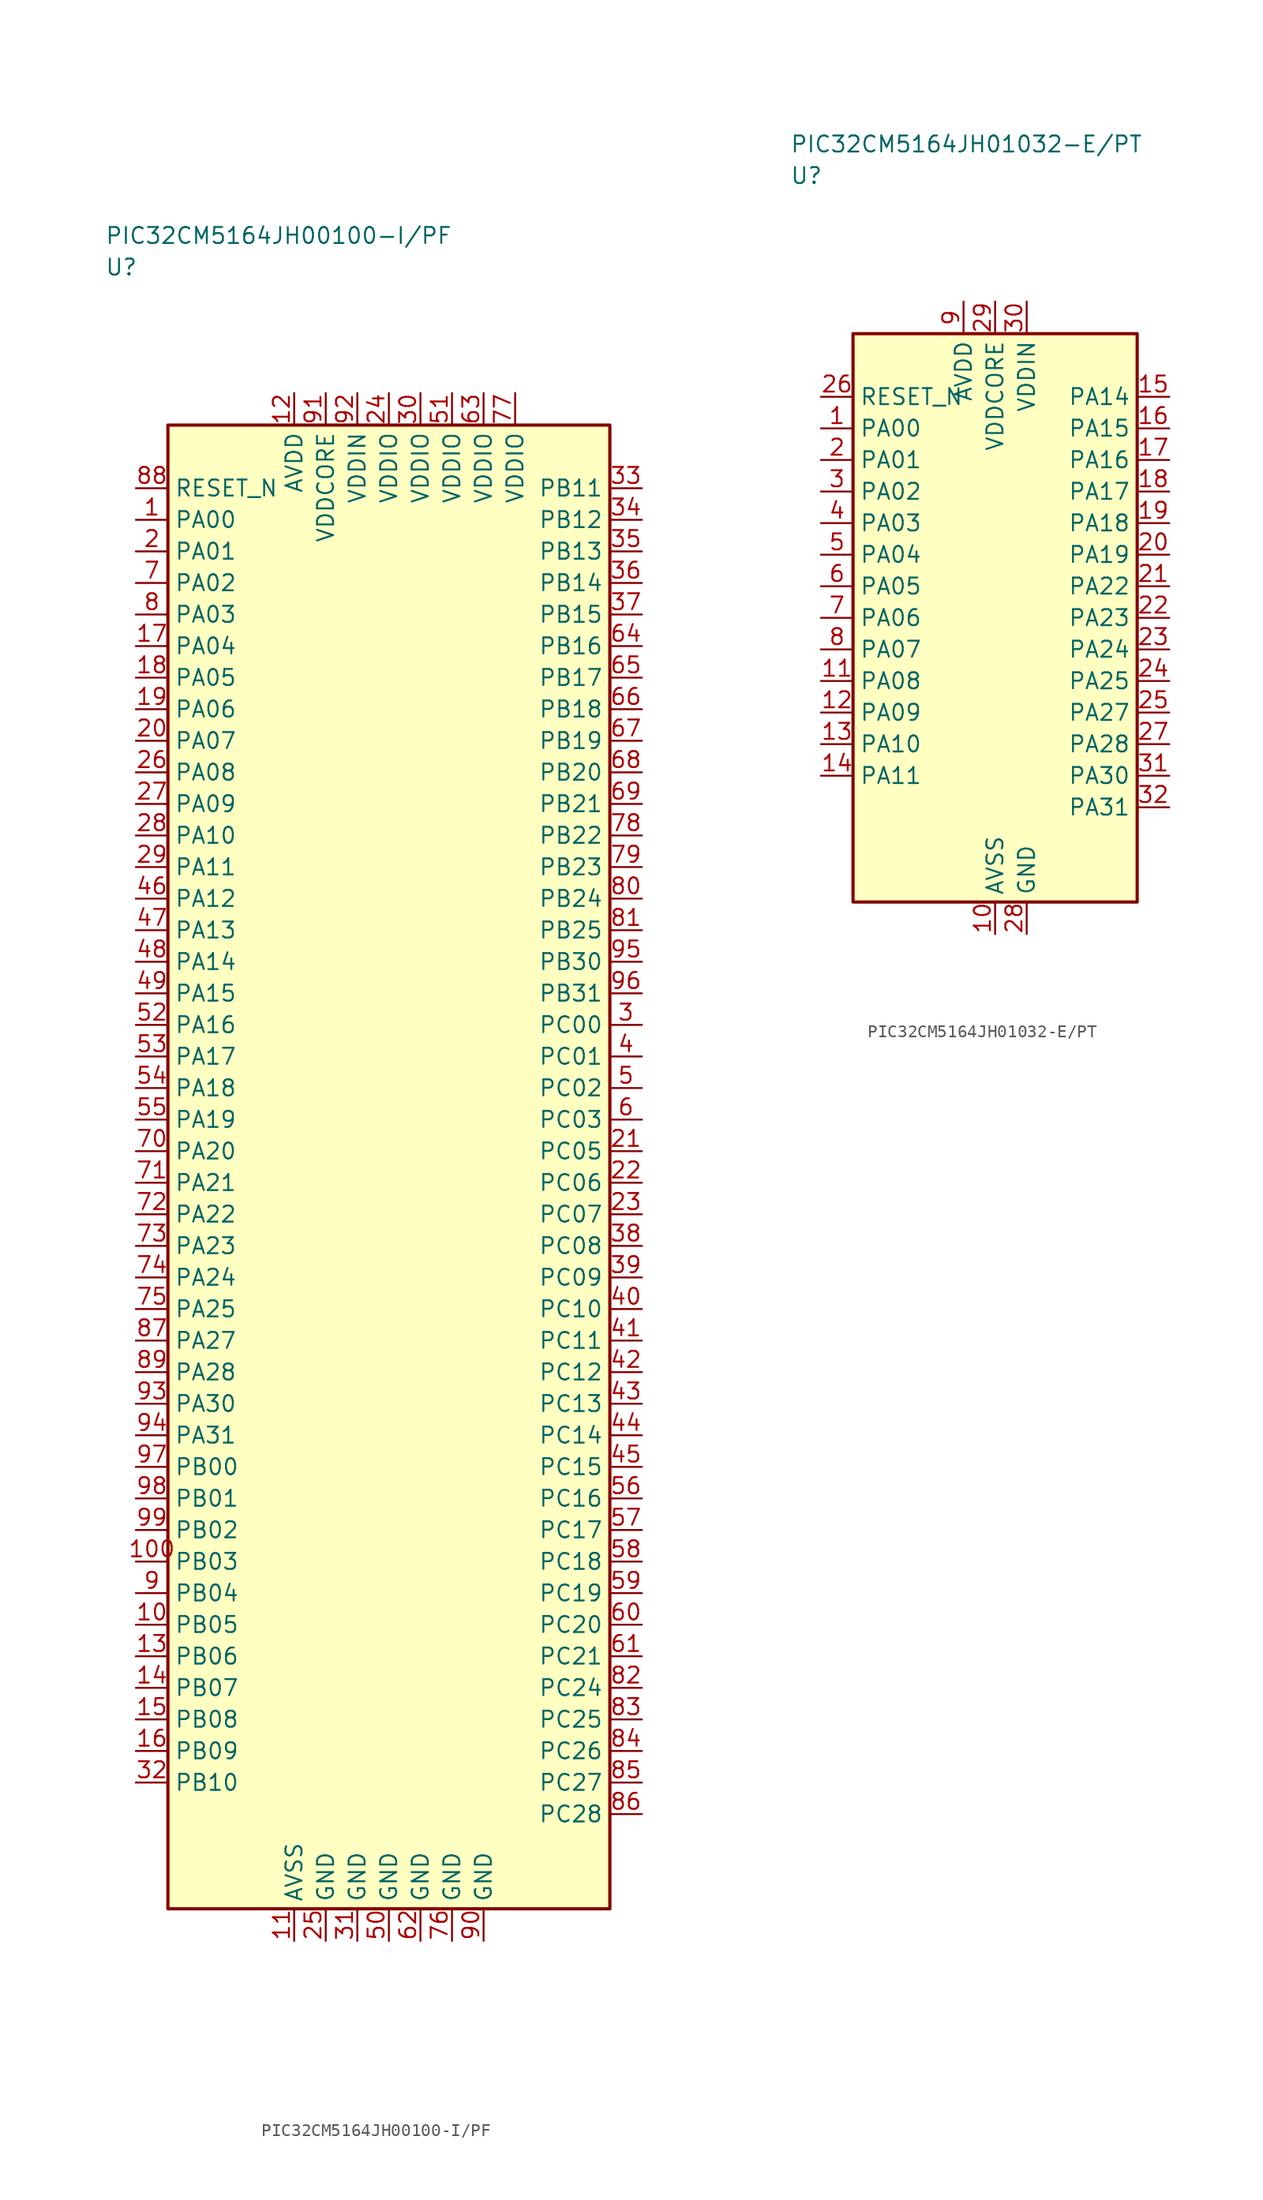
<source format=kicad_sym>
(kicad_symbol_lib
  (version 20241025)
  (generator "kicad_symbol_editor")
  (generator_version "8.0")
  (symbol "PIC32CM5164JH00100-I/PF"
    (property "Reference" "U"
      (at -22.5 71.25 0)
      (effects (font (size 1.27 1.27)) (justify left)))
    (property "Value" "PIC32CM5164JH00100-I/PF"
      (at -22.5 73.75 0)
      (effects (font (size 1.27 1.27)) (justify left)))
    (symbol "PIC32CM5164JH00100-I/PF_0_1"
      (rectangle (start -17.5 58.75) (end 17.5 -58.75) (stroke (width 0.254) (type default)) (fill (type background))))
    (symbol "PIC32CM5164JH00100-I/PF_1_1"
      (pin bidirectional line (at -20.04 51.25 0.0) (length 2.54) (name "PA00" (effects (font (size 1.27 1.27)))) (number "1" (effects (font (size 1.27 1.27)))))
      (pin bidirectional line (at -20.04 48.75 0.0) (length 2.54) (name "PA01" (effects (font (size 1.27 1.27)))) (number "2" (effects (font (size 1.27 1.27)))))
      (pin bidirectional line (at 20.04 11.25 180.0) (length 2.54) (name "PC00" (effects (font (size 1.27 1.27)))) (number "3" (effects (font (size 1.27 1.27)))))
      (pin bidirectional line (at 20.04 8.75 180.0) (length 2.54) (name "PC01" (effects (font (size 1.27 1.27)))) (number "4" (effects (font (size 1.27 1.27)))))
      (pin bidirectional line (at 20.04 6.25 180.0) (length 2.54) (name "PC02" (effects (font (size 1.27 1.27)))) (number "5" (effects (font (size 1.27 1.27)))))
      (pin bidirectional line (at 20.04 3.75 180.0) (length 2.54) (name "PC03" (effects (font (size 1.27 1.27)))) (number "6" (effects (font (size 1.27 1.27)))))
      (pin bidirectional line (at -20.04 46.25 0.0) (length 2.54) (name "PA02" (effects (font (size 1.27 1.27)))) (number "7" (effects (font (size 1.27 1.27)))))
      (pin bidirectional line (at -20.04 43.75 0.0) (length 2.54) (name "PA03" (effects (font (size 1.27 1.27)))) (number "8" (effects (font (size 1.27 1.27)))))
      (pin bidirectional line (at -20.04 -33.75 0.0) (length 2.54) (name "PB04" (effects (font (size 1.27 1.27)))) (number "9" (effects (font (size 1.27 1.27)))))
      (pin bidirectional line (at -20.04 -36.25 0.0) (length 2.54) (name "PB05" (effects (font (size 1.27 1.27)))) (number "10" (effects (font (size 1.27 1.27)))))
      (pin passive line (at -7.5 -61.29 90.0) (length 2.54) (name "AVSS" (effects (font (size 1.27 1.27)))) (number "11" (effects (font (size 1.27 1.27)))))
      (pin power_in line (at -7.5 61.29 270.0) (length 2.54) (name "AVDD" (effects (font (size 1.27 1.27)))) (number "12" (effects (font (size 1.27 1.27)))))
      (pin bidirectional line (at -20.04 -38.75 0.0) (length 2.54) (name "PB06" (effects (font (size 1.27 1.27)))) (number "13" (effects (font (size 1.27 1.27)))))
      (pin bidirectional line (at -20.04 -41.25 0.0) (length 2.54) (name "PB07" (effects (font (size 1.27 1.27)))) (number "14" (effects (font (size 1.27 1.27)))))
      (pin bidirectional line (at -20.04 -43.75 0.0) (length 2.54) (name "PB08" (effects (font (size 1.27 1.27)))) (number "15" (effects (font (size 1.27 1.27)))))
      (pin bidirectional line (at -20.04 -46.25 0.0) (length 2.54) (name "PB09" (effects (font (size 1.27 1.27)))) (number "16" (effects (font (size 1.27 1.27)))))
      (pin bidirectional line (at -20.04 41.25 0.0) (length 2.54) (name "PA04" (effects (font (size 1.27 1.27)))) (number "17" (effects (font (size 1.27 1.27)))))
      (pin bidirectional line (at -20.04 38.75 0.0) (length 2.54) (name "PA05" (effects (font (size 1.27 1.27)))) (number "18" (effects (font (size 1.27 1.27)))))
      (pin bidirectional line (at -20.04 36.25 0.0) (length 2.54) (name "PA06" (effects (font (size 1.27 1.27)))) (number "19" (effects (font (size 1.27 1.27)))))
      (pin bidirectional line (at -20.04 33.75 0.0) (length 2.54) (name "PA07" (effects (font (size 1.27 1.27)))) (number "20" (effects (font (size 1.27 1.27)))))
      (pin bidirectional line (at 20.04 1.25 180.0) (length 2.54) (name "PC05" (effects (font (size 1.27 1.27)))) (number "21" (effects (font (size 1.27 1.27)))))
      (pin bidirectional line (at 20.04 -1.25 180.0) (length 2.54) (name "PC06" (effects (font (size 1.27 1.27)))) (number "22" (effects (font (size 1.27 1.27)))))
      (pin bidirectional line (at 20.04 -3.75 180.0) (length 2.54) (name "PC07" (effects (font (size 1.27 1.27)))) (number "23" (effects (font (size 1.27 1.27)))))
      (pin power_in line (at 0.0 61.29 270.0) (length 2.54) (name "VDDIO" (effects (font (size 1.27 1.27)))) (number "24" (effects (font (size 1.27 1.27)))))
      (pin passive line (at -5.0 -61.29 90.0) (length 2.54) (name "GND" (effects (font (size 1.27 1.27)))) (number "25" (effects (font (size 1.27 1.27)))))
      (pin bidirectional line (at -20.04 31.25 0.0) (length 2.54) (name "PA08" (effects (font (size 1.27 1.27)))) (number "26" (effects (font (size 1.27 1.27)))))
      (pin bidirectional line (at -20.04 28.75 0.0) (length 2.54) (name "PA09" (effects (font (size 1.27 1.27)))) (number "27" (effects (font (size 1.27 1.27)))))
      (pin bidirectional line (at -20.04 26.25 0.0) (length 2.54) (name "PA10" (effects (font (size 1.27 1.27)))) (number "28" (effects (font (size 1.27 1.27)))))
      (pin bidirectional line (at -20.04 23.75 0.0) (length 2.54) (name "PA11" (effects (font (size 1.27 1.27)))) (number "29" (effects (font (size 1.27 1.27)))))
      (pin power_in line (at 2.5 61.29 270.0) (length 2.54) (name "VDDIO" (effects (font (size 1.27 1.27)))) (number "30" (effects (font (size 1.27 1.27)))))
      (pin passive line (at -2.5 -61.29 90.0) (length 2.54) (name "GND" (effects (font (size 1.27 1.27)))) (number "31" (effects (font (size 1.27 1.27)))))
      (pin bidirectional line (at -20.04 -48.75 0.0) (length 2.54) (name "PB10" (effects (font (size 1.27 1.27)))) (number "32" (effects (font (size 1.27 1.27)))))
      (pin bidirectional line (at 20.04 53.75 180.0) (length 2.54) (name "PB11" (effects (font (size 1.27 1.27)))) (number "33" (effects (font (size 1.27 1.27)))))
      (pin bidirectional line (at 20.04 51.25 180.0) (length 2.54) (name "PB12" (effects (font (size 1.27 1.27)))) (number "34" (effects (font (size 1.27 1.27)))))
      (pin bidirectional line (at 20.04 48.75 180.0) (length 2.54) (name "PB13" (effects (font (size 1.27 1.27)))) (number "35" (effects (font (size 1.27 1.27)))))
      (pin bidirectional line (at 20.04 46.25 180.0) (length 2.54) (name "PB14" (effects (font (size 1.27 1.27)))) (number "36" (effects (font (size 1.27 1.27)))))
      (pin bidirectional line (at 20.04 43.75 180.0) (length 2.54) (name "PB15" (effects (font (size 1.27 1.27)))) (number "37" (effects (font (size 1.27 1.27)))))
      (pin bidirectional line (at 20.04 -6.25 180.0) (length 2.54) (name "PC08" (effects (font (size 1.27 1.27)))) (number "38" (effects (font (size 1.27 1.27)))))
      (pin bidirectional line (at 20.04 -8.75 180.0) (length 2.54) (name "PC09" (effects (font (size 1.27 1.27)))) (number "39" (effects (font (size 1.27 1.27)))))
      (pin bidirectional line (at 20.04 -11.25 180.0) (length 2.54) (name "PC10" (effects (font (size 1.27 1.27)))) (number "40" (effects (font (size 1.27 1.27)))))
      (pin bidirectional line (at 20.04 -13.75 180.0) (length 2.54) (name "PC11" (effects (font (size 1.27 1.27)))) (number "41" (effects (font (size 1.27 1.27)))))
      (pin bidirectional line (at 20.04 -16.25 180.0) (length 2.54) (name "PC12" (effects (font (size 1.27 1.27)))) (number "42" (effects (font (size 1.27 1.27)))))
      (pin bidirectional line (at 20.04 -18.75 180.0) (length 2.54) (name "PC13" (effects (font (size 1.27 1.27)))) (number "43" (effects (font (size 1.27 1.27)))))
      (pin bidirectional line (at 20.04 -21.25 180.0) (length 2.54) (name "PC14" (effects (font (size 1.27 1.27)))) (number "44" (effects (font (size 1.27 1.27)))))
      (pin bidirectional line (at 20.04 -23.75 180.0) (length 2.54) (name "PC15" (effects (font (size 1.27 1.27)))) (number "45" (effects (font (size 1.27 1.27)))))
      (pin bidirectional line (at -20.04 21.25 0.0) (length 2.54) (name "PA12" (effects (font (size 1.27 1.27)))) (number "46" (effects (font (size 1.27 1.27)))))
      (pin bidirectional line (at -20.04 18.75 0.0) (length 2.54) (name "PA13" (effects (font (size 1.27 1.27)))) (number "47" (effects (font (size 1.27 1.27)))))
      (pin bidirectional line (at -20.04 16.25 0.0) (length 2.54) (name "PA14" (effects (font (size 1.27 1.27)))) (number "48" (effects (font (size 1.27 1.27)))))
      (pin bidirectional line (at -20.04 13.75 0.0) (length 2.54) (name "PA15" (effects (font (size 1.27 1.27)))) (number "49" (effects (font (size 1.27 1.27)))))
      (pin passive line (at 0.0 -61.29 90.0) (length 2.54) (name "GND" (effects (font (size 1.27 1.27)))) (number "50" (effects (font (size 1.27 1.27)))))
      (pin power_in line (at 5.0 61.29 270.0) (length 2.54) (name "VDDIO" (effects (font (size 1.27 1.27)))) (number "51" (effects (font (size 1.27 1.27)))))
      (pin bidirectional line (at -20.04 11.25 0.0) (length 2.54) (name "PA16" (effects (font (size 1.27 1.27)))) (number "52" (effects (font (size 1.27 1.27)))))
      (pin bidirectional line (at -20.04 8.75 0.0) (length 2.54) (name "PA17" (effects (font (size 1.27 1.27)))) (number "53" (effects (font (size 1.27 1.27)))))
      (pin bidirectional line (at -20.04 6.25 0.0) (length 2.54) (name "PA18" (effects (font (size 1.27 1.27)))) (number "54" (effects (font (size 1.27 1.27)))))
      (pin bidirectional line (at -20.04 3.75 0.0) (length 2.54) (name "PA19" (effects (font (size 1.27 1.27)))) (number "55" (effects (font (size 1.27 1.27)))))
      (pin bidirectional line (at 20.04 -26.25 180.0) (length 2.54) (name "PC16" (effects (font (size 1.27 1.27)))) (number "56" (effects (font (size 1.27 1.27)))))
      (pin bidirectional line (at 20.04 -28.75 180.0) (length 2.54) (name "PC17" (effects (font (size 1.27 1.27)))) (number "57" (effects (font (size 1.27 1.27)))))
      (pin bidirectional line (at 20.04 -31.25 180.0) (length 2.54) (name "PC18" (effects (font (size 1.27 1.27)))) (number "58" (effects (font (size 1.27 1.27)))))
      (pin bidirectional line (at 20.04 -33.75 180.0) (length 2.54) (name "PC19" (effects (font (size 1.27 1.27)))) (number "59" (effects (font (size 1.27 1.27)))))
      (pin bidirectional line (at 20.04 -36.25 180.0) (length 2.54) (name "PC20" (effects (font (size 1.27 1.27)))) (number "60" (effects (font (size 1.27 1.27)))))
      (pin bidirectional line (at 20.04 -38.75 180.0) (length 2.54) (name "PC21" (effects (font (size 1.27 1.27)))) (number "61" (effects (font (size 1.27 1.27)))))
      (pin passive line (at 2.5 -61.29 90.0) (length 2.54) (name "GND" (effects (font (size 1.27 1.27)))) (number "62" (effects (font (size 1.27 1.27)))))
      (pin power_in line (at 7.5 61.29 270.0) (length 2.54) (name "VDDIO" (effects (font (size 1.27 1.27)))) (number "63" (effects (font (size 1.27 1.27)))))
      (pin bidirectional line (at 20.04 41.25 180.0) (length 2.54) (name "PB16" (effects (font (size 1.27 1.27)))) (number "64" (effects (font (size 1.27 1.27)))))
      (pin bidirectional line (at 20.04 38.75 180.0) (length 2.54) (name "PB17" (effects (font (size 1.27 1.27)))) (number "65" (effects (font (size 1.27 1.27)))))
      (pin bidirectional line (at 20.04 36.25 180.0) (length 2.54) (name "PB18" (effects (font (size 1.27 1.27)))) (number "66" (effects (font (size 1.27 1.27)))))
      (pin bidirectional line (at 20.04 33.75 180.0) (length 2.54) (name "PB19" (effects (font (size 1.27 1.27)))) (number "67" (effects (font (size 1.27 1.27)))))
      (pin bidirectional line (at 20.04 31.25 180.0) (length 2.54) (name "PB20" (effects (font (size 1.27 1.27)))) (number "68" (effects (font (size 1.27 1.27)))))
      (pin bidirectional line (at 20.04 28.75 180.0) (length 2.54) (name "PB21" (effects (font (size 1.27 1.27)))) (number "69" (effects (font (size 1.27 1.27)))))
      (pin bidirectional line (at -20.04 1.25 0.0) (length 2.54) (name "PA20" (effects (font (size 1.27 1.27)))) (number "70" (effects (font (size 1.27 1.27)))))
      (pin bidirectional line (at -20.04 -1.25 0.0) (length 2.54) (name "PA21" (effects (font (size 1.27 1.27)))) (number "71" (effects (font (size 1.27 1.27)))))
      (pin bidirectional line (at -20.04 -3.75 0.0) (length 2.54) (name "PA22" (effects (font (size 1.27 1.27)))) (number "72" (effects (font (size 1.27 1.27)))))
      (pin bidirectional line (at -20.04 -6.25 0.0) (length 2.54) (name "PA23" (effects (font (size 1.27 1.27)))) (number "73" (effects (font (size 1.27 1.27)))))
      (pin bidirectional line (at -20.04 -8.75 0.0) (length 2.54) (name "PA24" (effects (font (size 1.27 1.27)))) (number "74" (effects (font (size 1.27 1.27)))))
      (pin bidirectional line (at -20.04 -11.25 0.0) (length 2.54) (name "PA25" (effects (font (size 1.27 1.27)))) (number "75" (effects (font (size 1.27 1.27)))))
      (pin passive line (at 5.0 -61.29 90.0) (length 2.54) (name "GND" (effects (font (size 1.27 1.27)))) (number "76" (effects (font (size 1.27 1.27)))))
      (pin power_in line (at 10.0 61.29 270.0) (length 2.54) (name "VDDIO" (effects (font (size 1.27 1.27)))) (number "77" (effects (font (size 1.27 1.27)))))
      (pin bidirectional line (at 20.04 26.25 180.0) (length 2.54) (name "PB22" (effects (font (size 1.27 1.27)))) (number "78" (effects (font (size 1.27 1.27)))))
      (pin bidirectional line (at 20.04 23.75 180.0) (length 2.54) (name "PB23" (effects (font (size 1.27 1.27)))) (number "79" (effects (font (size 1.27 1.27)))))
      (pin bidirectional line (at 20.04 21.25 180.0) (length 2.54) (name "PB24" (effects (font (size 1.27 1.27)))) (number "80" (effects (font (size 1.27 1.27)))))
      (pin bidirectional line (at 20.04 18.75 180.0) (length 2.54) (name "PB25" (effects (font (size 1.27 1.27)))) (number "81" (effects (font (size 1.27 1.27)))))
      (pin bidirectional line (at 20.04 -41.25 180.0) (length 2.54) (name "PC24" (effects (font (size 1.27 1.27)))) (number "82" (effects (font (size 1.27 1.27)))))
      (pin bidirectional line (at 20.04 -43.75 180.0) (length 2.54) (name "PC25" (effects (font (size 1.27 1.27)))) (number "83" (effects (font (size 1.27 1.27)))))
      (pin bidirectional line (at 20.04 -46.25 180.0) (length 2.54) (name "PC26" (effects (font (size 1.27 1.27)))) (number "84" (effects (font (size 1.27 1.27)))))
      (pin bidirectional line (at 20.04 -48.75 180.0) (length 2.54) (name "PC27" (effects (font (size 1.27 1.27)))) (number "85" (effects (font (size 1.27 1.27)))))
      (pin bidirectional line (at 20.04 -51.25 180.0) (length 2.54) (name "PC28" (effects (font (size 1.27 1.27)))) (number "86" (effects (font (size 1.27 1.27)))))
      (pin bidirectional line (at -20.04 -13.75 0.0) (length 2.54) (name "PA27" (effects (font (size 1.27 1.27)))) (number "87" (effects (font (size 1.27 1.27)))))
      (pin input line (at -20.04 53.75 0.0) (length 2.54) (name "RESET_N" (effects (font (size 1.27 1.27)))) (number "88" (effects (font (size 1.27 1.27)))))
      (pin bidirectional line (at -20.04 -16.25 0.0) (length 2.54) (name "PA28" (effects (font (size 1.27 1.27)))) (number "89" (effects (font (size 1.27 1.27)))))
      (pin passive line (at 7.5 -61.29 90.0) (length 2.54) (name "GND" (effects (font (size 1.27 1.27)))) (number "90" (effects (font (size 1.27 1.27)))))
      (pin power_in line (at -5.0 61.29 270.0) (length 2.54) (name "VDDCORE" (effects (font (size 1.27 1.27)))) (number "91" (effects (font (size 1.27 1.27)))))
      (pin power_in line (at -2.5 61.29 270.0) (length 2.54) (name "VDDIN" (effects (font (size 1.27 1.27)))) (number "92" (effects (font (size 1.27 1.27)))))
      (pin bidirectional line (at -20.04 -18.75 0.0) (length 2.54) (name "PA30" (effects (font (size 1.27 1.27)))) (number "93" (effects (font (size 1.27 1.27)))))
      (pin bidirectional line (at -20.04 -21.25 0.0) (length 2.54) (name "PA31" (effects (font (size 1.27 1.27)))) (number "94" (effects (font (size 1.27 1.27)))))
      (pin bidirectional line (at 20.04 16.25 180.0) (length 2.54) (name "PB30" (effects (font (size 1.27 1.27)))) (number "95" (effects (font (size 1.27 1.27)))))
      (pin bidirectional line (at 20.04 13.75 180.0) (length 2.54) (name "PB31" (effects (font (size 1.27 1.27)))) (number "96" (effects (font (size 1.27 1.27)))))
      (pin bidirectional line (at -20.04 -23.75 0.0) (length 2.54) (name "PB00" (effects (font (size 1.27 1.27)))) (number "97" (effects (font (size 1.27 1.27)))))
      (pin bidirectional line (at -20.04 -26.25 0.0) (length 2.54) (name "PB01" (effects (font (size 1.27 1.27)))) (number "98" (effects (font (size 1.27 1.27)))))
      (pin bidirectional line (at -20.04 -28.75 0.0) (length 2.54) (name "PB02" (effects (font (size 1.27 1.27)))) (number "99" (effects (font (size 1.27 1.27)))))
      (pin bidirectional line (at -20.04 -31.25 0.0) (length 2.54) (name "PB03" (effects (font (size 1.27 1.27)))) (number "100" (effects (font (size 1.27 1.27)))))))
  (symbol "PIC32CM5164JH01032-E/PT"
    (property "Reference" "U"
      (at -16.25 35.0 0)
      (effects (font (size 1.27 1.27)) (justify left)))
    (property "Value" "PIC32CM5164JH01032-E/PT"
      (at -16.25 37.5 0)
      (effects (font (size 1.27 1.27)) (justify left)))
    (symbol "PIC32CM5164JH01032-E/PT_0_1"
      (rectangle (start -11.25 22.5) (end 11.25 -22.5) (stroke (width 0.254) (type default)) (fill (type background))))
    (symbol "PIC32CM5164JH01032-E/PT_1_1"
      (pin bidirectional line (at -13.79 15.0 0.0) (length 2.54) (name "PA00" (effects (font (size 1.27 1.27)))) (number "1" (effects (font (size 1.27 1.27)))))
      (pin bidirectional line (at -13.79 12.5 0.0) (length 2.54) (name "PA01" (effects (font (size 1.27 1.27)))) (number "2" (effects (font (size 1.27 1.27)))))
      (pin bidirectional line (at -13.79 10.0 0.0) (length 2.54) (name "PA02" (effects (font (size 1.27 1.27)))) (number "3" (effects (font (size 1.27 1.27)))))
      (pin bidirectional line (at -13.79 7.5 0.0) (length 2.54) (name "PA03" (effects (font (size 1.27 1.27)))) (number "4" (effects (font (size 1.27 1.27)))))
      (pin bidirectional line (at -13.79 5.0 0.0) (length 2.54) (name "PA04" (effects (font (size 1.27 1.27)))) (number "5" (effects (font (size 1.27 1.27)))))
      (pin bidirectional line (at -13.79 2.5 0.0) (length 2.54) (name "PA05" (effects (font (size 1.27 1.27)))) (number "6" (effects (font (size 1.27 1.27)))))
      (pin bidirectional line (at -13.79 0.0 0.0) (length 2.54) (name "PA06" (effects (font (size 1.27 1.27)))) (number "7" (effects (font (size 1.27 1.27)))))
      (pin bidirectional line (at -13.79 -2.5 0.0) (length 2.54) (name "PA07" (effects (font (size 1.27 1.27)))) (number "8" (effects (font (size 1.27 1.27)))))
      (pin power_in line (at -2.5 25.04 270.0) (length 2.54) (name "AVDD" (effects (font (size 1.27 1.27)))) (number "9" (effects (font (size 1.27 1.27)))))
      (pin passive line (at 0.0 -25.04 90.0) (length 2.54) (name "AVSS" (effects (font (size 1.27 1.27)))) (number "10" (effects (font (size 1.27 1.27)))))
      (pin bidirectional line (at -13.79 -5.0 0.0) (length 2.54) (name "PA08" (effects (font (size 1.27 1.27)))) (number "11" (effects (font (size 1.27 1.27)))))
      (pin bidirectional line (at -13.79 -7.5 0.0) (length 2.54) (name "PA09" (effects (font (size 1.27 1.27)))) (number "12" (effects (font (size 1.27 1.27)))))
      (pin bidirectional line (at -13.79 -10.0 0.0) (length 2.54) (name "PA10" (effects (font (size 1.27 1.27)))) (number "13" (effects (font (size 1.27 1.27)))))
      (pin bidirectional line (at -13.79 -12.5 0.0) (length 2.54) (name "PA11" (effects (font (size 1.27 1.27)))) (number "14" (effects (font (size 1.27 1.27)))))
      (pin bidirectional line (at 13.79 17.5 180.0) (length 2.54) (name "PA14" (effects (font (size 1.27 1.27)))) (number "15" (effects (font (size 1.27 1.27)))))
      (pin bidirectional line (at 13.79 15.0 180.0) (length 2.54) (name "PA15" (effects (font (size 1.27 1.27)))) (number "16" (effects (font (size 1.27 1.27)))))
      (pin bidirectional line (at 13.79 12.5 180.0) (length 2.54) (name "PA16" (effects (font (size 1.27 1.27)))) (number "17" (effects (font (size 1.27 1.27)))))
      (pin bidirectional line (at 13.79 10.0 180.0) (length 2.54) (name "PA17" (effects (font (size 1.27 1.27)))) (number "18" (effects (font (size 1.27 1.27)))))
      (pin bidirectional line (at 13.79 7.5 180.0) (length 2.54) (name "PA18" (effects (font (size 1.27 1.27)))) (number "19" (effects (font (size 1.27 1.27)))))
      (pin bidirectional line (at 13.79 5.0 180.0) (length 2.54) (name "PA19" (effects (font (size 1.27 1.27)))) (number "20" (effects (font (size 1.27 1.27)))))
      (pin bidirectional line (at 13.79 2.5 180.0) (length 2.54) (name "PA22" (effects (font (size 1.27 1.27)))) (number "21" (effects (font (size 1.27 1.27)))))
      (pin bidirectional line (at 13.79 0.0 180.0) (length 2.54) (name "PA23" (effects (font (size 1.27 1.27)))) (number "22" (effects (font (size 1.27 1.27)))))
      (pin bidirectional line (at 13.79 -2.5 180.0) (length 2.54) (name "PA24" (effects (font (size 1.27 1.27)))) (number "23" (effects (font (size 1.27 1.27)))))
      (pin bidirectional line (at 13.79 -5.0 180.0) (length 2.54) (name "PA25" (effects (font (size 1.27 1.27)))) (number "24" (effects (font (size 1.27 1.27)))))
      (pin bidirectional line (at 13.79 -7.5 180.0) (length 2.54) (name "PA27" (effects (font (size 1.27 1.27)))) (number "25" (effects (font (size 1.27 1.27)))))
      (pin input line (at -13.79 17.5 0.0) (length 2.54) (name "RESET_N" (effects (font (size 1.27 1.27)))) (number "26" (effects (font (size 1.27 1.27)))))
      (pin bidirectional line (at 13.79 -10.0 180.0) (length 2.54) (name "PA28" (effects (font (size 1.27 1.27)))) (number "27" (effects (font (size 1.27 1.27)))))
      (pin passive line (at 2.5 -25.04 90.0) (length 2.54) (name "GND" (effects (font (size 1.27 1.27)))) (number "28" (effects (font (size 1.27 1.27)))))
      (pin power_in line (at 0.0 25.04 270.0) (length 2.54) (name "VDDCORE" (effects (font (size 1.27 1.27)))) (number "29" (effects (font (size 1.27 1.27)))))
      (pin power_in line (at 2.5 25.04 270.0) (length 2.54) (name "VDDIN" (effects (font (size 1.27 1.27)))) (number "30" (effects (font (size 1.27 1.27)))))
      (pin bidirectional line (at 13.79 -12.5 180.0) (length 2.54) (name "PA30" (effects (font (size 1.27 1.27)))) (number "31" (effects (font (size 1.27 1.27)))))
      (pin bidirectional line (at 13.79 -15.0 180.0) (length 2.54) (name "PA31" (effects (font (size 1.27 1.27)))) (number "32" (effects (font (size 1.27 1.27))))))))
</source>
